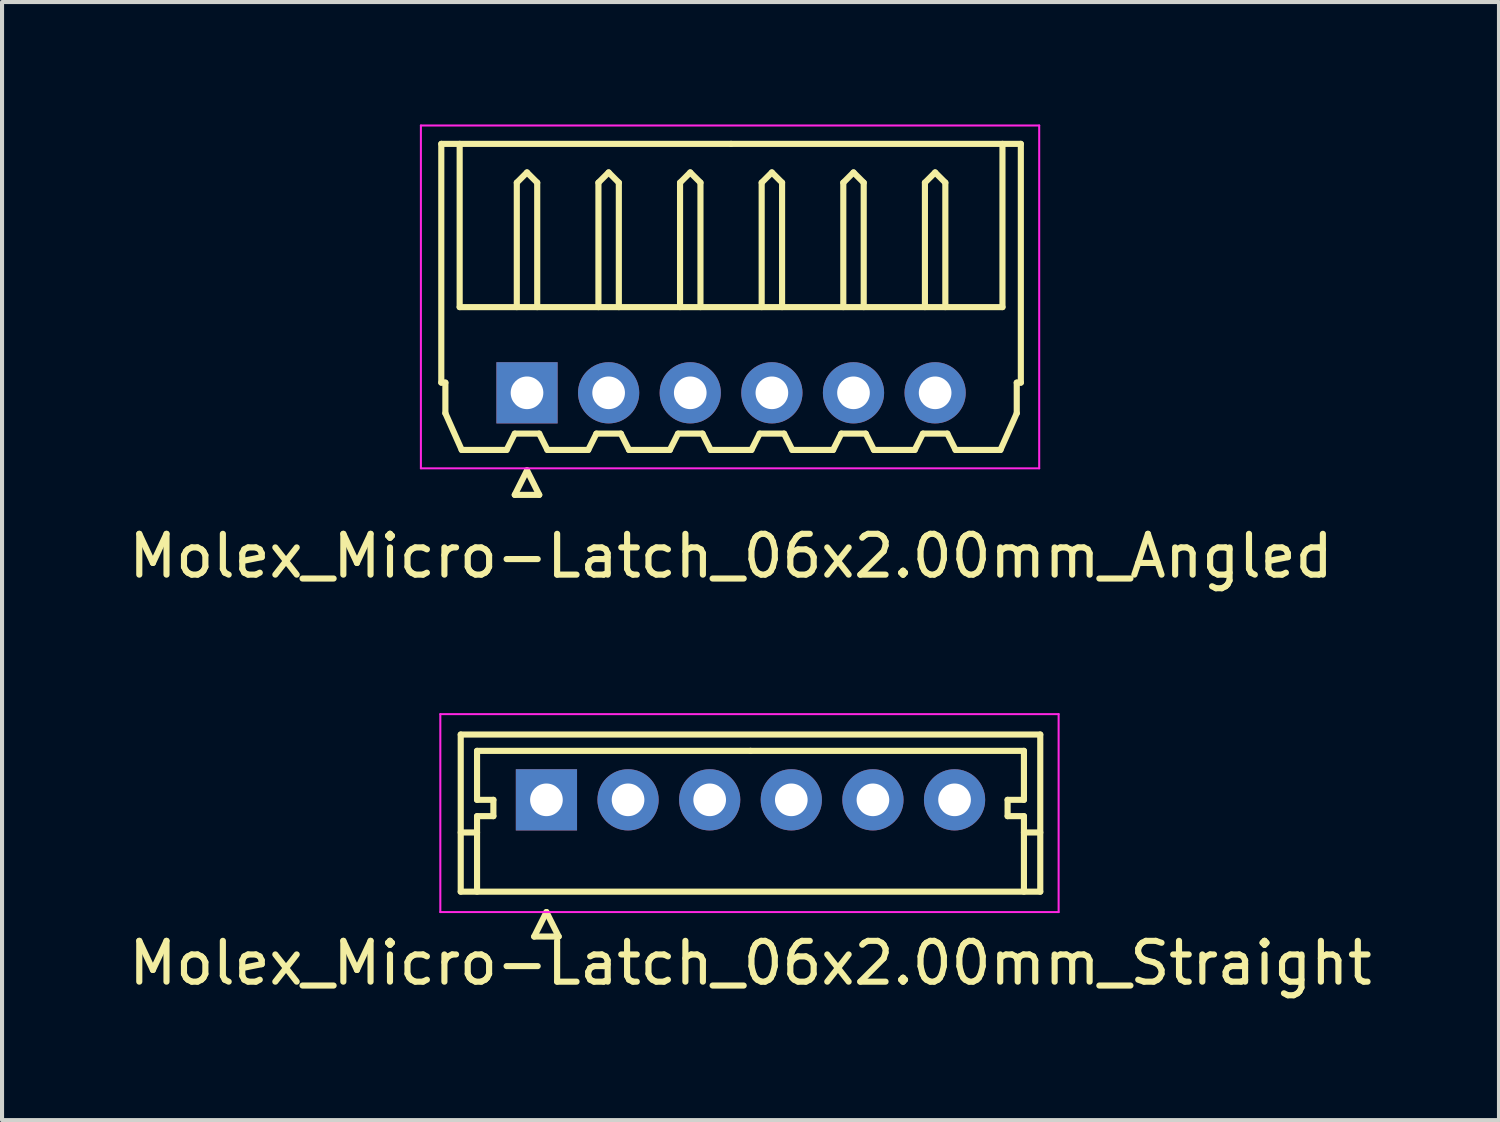
<source format=kicad_pcb>
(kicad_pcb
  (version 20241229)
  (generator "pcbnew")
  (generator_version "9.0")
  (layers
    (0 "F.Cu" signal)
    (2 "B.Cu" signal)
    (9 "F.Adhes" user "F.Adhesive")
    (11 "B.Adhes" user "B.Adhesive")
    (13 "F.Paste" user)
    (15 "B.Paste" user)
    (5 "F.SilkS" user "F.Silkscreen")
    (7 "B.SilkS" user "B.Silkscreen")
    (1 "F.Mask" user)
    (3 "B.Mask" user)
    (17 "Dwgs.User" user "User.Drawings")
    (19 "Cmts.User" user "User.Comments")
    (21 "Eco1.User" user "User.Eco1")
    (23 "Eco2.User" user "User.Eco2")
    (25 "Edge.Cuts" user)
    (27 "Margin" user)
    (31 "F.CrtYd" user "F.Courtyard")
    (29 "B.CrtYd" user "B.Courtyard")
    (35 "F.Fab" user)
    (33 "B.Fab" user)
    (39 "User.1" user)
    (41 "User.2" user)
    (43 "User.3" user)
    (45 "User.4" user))
  (footprint "Molex_Micro-Latch_06x2.00mm_Angled"
    (layer "F.Cu")
    (at 9.863 6.575)
    (property "Reference" "Molex_Micro-Latch_06x2.00mm_Angled" (at 5 4 0) (layer "F.SilkS") (effects (font (size 1 1) (thickness 0.15))))
    (attr through_hole)
    (fp_line (start -2.1 -6.1) (end 5 -6.1) (stroke (width 0.15) (type solid)) (layer "F.SilkS"))
    (fp_line (start -2.1 -0.25) (end -2.1 -6.1) (stroke (width 0.15) (type solid)) (layer "F.SilkS"))
    (fp_line (start -2 -0.25) (end -2.1 -0.25) (stroke (width 0.15) (type solid)) (layer "F.SilkS"))
    (fp_line (start -2 0.5) (end -2 -0.25) (stroke (width 0.15) (type solid)) (layer "F.SilkS"))
    (fp_line (start -1.65 -6.1) (end -1.65 -2.1) (stroke (width 0.15) (type solid)) (layer "F.SilkS"))
    (fp_line (start -1.65 -2.1) (end 11.65 -2.1) (stroke (width 0.15) (type solid)) (layer "F.SilkS"))
    (fp_line (start -1.6 1.4) (end -2 0.5) (stroke (width 0.15) (type solid)) (layer "F.SilkS"))
    (fp_line (start -0.5 1.4) (end -1.6 1.4) (stroke (width 0.15) (type solid)) (layer "F.SilkS"))
    (fp_line (start -0.3 1) (end -0.5 1.4) (stroke (width 0.15) (type solid)) (layer "F.SilkS"))
    (fp_line (start -0.3 1) (end 0.3 1) (stroke (width 0.15) (type solid)) (layer "F.SilkS"))
    (fp_line (start -0.3 2.5) (end 0.3 2.5) (stroke (width 0.15) (type solid)) (layer "F.SilkS"))
    (fp_line (start -0.25 -5.15) (end 0 -5.4) (stroke (width 0.15) (type solid)) (layer "F.SilkS"))
    (fp_line (start -0.25 -2.1) (end -0.25 -5.15) (stroke (width 0.15) (type solid)) (layer "F.SilkS"))
    (fp_line (start 0 -5.4) (end 0.25 -5.15) (stroke (width 0.15) (type solid)) (layer "F.SilkS"))
    (fp_line (start 0 1.9) (end -0.3 2.5) (stroke (width 0.15) (type solid)) (layer "F.SilkS"))
    (fp_line (start 0.25 -5.15) (end 0.25 -2.1) (stroke (width 0.15) (type solid)) (layer "F.SilkS"))
    (fp_line (start 0.3 1) (end 0.5 1.4) (stroke (width 0.15) (type solid)) (layer "F.SilkS"))
    (fp_line (start 0.3 2.5) (end 0 1.9) (stroke (width 0.15) (type solid)) (layer "F.SilkS"))
    (fp_line (start 0.5 1.4) (end 1.5 1.4) (stroke (width 0.15) (type solid)) (layer "F.SilkS"))
    (fp_line (start 1.5 1.4) (end 1.7 1) (stroke (width 0.15) (type solid)) (layer "F.SilkS"))
    (fp_line (start 1.7 1) (end 2.3 1) (stroke (width 0.15) (type solid)) (layer "F.SilkS"))
    (fp_line (start 1.75 -5.15) (end 2 -5.4) (stroke (width 0.15) (type solid)) (layer "F.SilkS"))
    (fp_line (start 1.75 -2.1) (end 1.75 -5.15) (stroke (width 0.15) (type solid)) (layer "F.SilkS"))
    (fp_line (start 2 -5.4) (end 2.25 -5.15) (stroke (width 0.15) (type solid)) (layer "F.SilkS"))
    (fp_line (start 2.25 -5.15) (end 2.25 -2.1) (stroke (width 0.15) (type solid)) (layer "F.SilkS"))
    (fp_line (start 2.3 1) (end 2.5 1.4) (stroke (width 0.15) (type solid)) (layer "F.SilkS"))
    (fp_line (start 2.5 1.4) (end 3.5 1.4) (stroke (width 0.15) (type solid)) (layer "F.SilkS"))
    (fp_line (start 3.5 1.4) (end 3.7 1) (stroke (width 0.15) (type solid)) (layer "F.SilkS"))
    (fp_line (start 3.7 1) (end 4.3 1) (stroke (width 0.15) (type solid)) (layer "F.SilkS"))
    (fp_line (start 3.75 -5.15) (end 4 -5.4) (stroke (width 0.15) (type solid)) (layer "F.SilkS"))
    (fp_line (start 3.75 -2.1) (end 3.75 -5.15) (stroke (width 0.15) (type solid)) (layer "F.SilkS"))
    (fp_line (start 4 -5.4) (end 4.25 -5.15) (stroke (width 0.15) (type solid)) (layer "F.SilkS"))
    (fp_line (start 4.25 -5.15) (end 4.25 -2.1) (stroke (width 0.15) (type solid)) (layer "F.SilkS"))
    (fp_line (start 4.3 1) (end 4.5 1.4) (stroke (width 0.15) (type solid)) (layer "F.SilkS"))
    (fp_line (start 4.5 1.4) (end 5.5 1.4) (stroke (width 0.15) (type solid)) (layer "F.SilkS"))
    (fp_line (start 5.5 1.4) (end 5.7 1) (stroke (width 0.15) (type solid)) (layer "F.SilkS"))
    (fp_line (start 5.7 1) (end 6.3 1) (stroke (width 0.15) (type solid)) (layer "F.SilkS"))
    (fp_line (start 5.75 -5.15) (end 6 -5.4) (stroke (width 0.15) (type solid)) (layer "F.SilkS"))
    (fp_line (start 5.75 -2.1) (end 5.75 -5.15) (stroke (width 0.15) (type solid)) (layer "F.SilkS"))
    (fp_line (start 6 -5.4) (end 6.25 -5.15) (stroke (width 0.15) (type solid)) (layer "F.SilkS"))
    (fp_line (start 6.25 -5.15) (end 6.25 -2.1) (stroke (width 0.15) (type solid)) (layer "F.SilkS"))
    (fp_line (start 6.3 1) (end 6.5 1.4) (stroke (width 0.15) (type solid)) (layer "F.SilkS"))
    (fp_line (start 6.5 1.4) (end 7.5 1.4) (stroke (width 0.15) (type solid)) (layer "F.SilkS"))
    (fp_line (start 7.5 1.4) (end 7.7 1) (stroke (width 0.15) (type solid)) (layer "F.SilkS"))
    (fp_line (start 7.7 1) (end 8.3 1) (stroke (width 0.15) (type solid)) (layer "F.SilkS"))
    (fp_line (start 7.75 -5.15) (end 8 -5.4) (stroke (width 0.15) (type solid)) (layer "F.SilkS"))
    (fp_line (start 7.75 -2.1) (end 7.75 -5.15) (stroke (width 0.15) (type solid)) (layer "F.SilkS"))
    (fp_line (start 8 -5.4) (end 8.25 -5.15) (stroke (width 0.15) (type solid)) (layer "F.SilkS"))
    (fp_line (start 8.25 -5.15) (end 8.25 -2.1) (stroke (width 0.15) (type solid)) (layer "F.SilkS"))
    (fp_line (start 8.3 1) (end 8.5 1.4) (stroke (width 0.15) (type solid)) (layer "F.SilkS"))
    (fp_line (start 8.5 1.4) (end 9.5 1.4) (stroke (width 0.15) (type solid)) (layer "F.SilkS"))
    (fp_line (start 9.5 1.4) (end 9.7 1) (stroke (width 0.15) (type solid)) (layer "F.SilkS"))
    (fp_line (start 9.7 1) (end 10.3 1) (stroke (width 0.15) (type solid)) (layer "F.SilkS"))
    (fp_line (start 9.75 -5.15) (end 10 -5.4) (stroke (width 0.15) (type solid)) (layer "F.SilkS"))
    (fp_line (start 9.75 -2.1) (end 9.75 -5.15) (stroke (width 0.15) (type solid)) (layer "F.SilkS"))
    (fp_line (start 10 -5.4) (end 10.25 -5.15) (stroke (width 0.15) (type solid)) (layer "F.SilkS"))
    (fp_line (start 10.25 -5.15) (end 10.25 -2.1) (stroke (width 0.15) (type solid)) (layer "F.SilkS"))
    (fp_line (start 10.3 1) (end 10.5 1.4) (stroke (width 0.15) (type solid)) (layer "F.SilkS"))
    (fp_line (start 10.5 1.4) (end 11.6 1.4) (stroke (width 0.15) (type solid)) (layer "F.SilkS"))
    (fp_line (start 11.6 1.4) (end 12 0.5) (stroke (width 0.15) (type solid)) (layer "F.SilkS"))
    (fp_line (start 11.65 -2.1) (end 11.65 -6.1) (stroke (width 0.15) (type solid)) (layer "F.SilkS"))
    (fp_line (start 12 -0.25) (end 12.1 -0.25) (stroke (width 0.15) (type solid)) (layer "F.SilkS"))
    (fp_line (start 12 0.5) (end 12 -0.25) (stroke (width 0.15) (type solid)) (layer "F.SilkS"))
    (fp_line (start 12.1 -6.1) (end 5 -6.1) (stroke (width 0.15) (type solid)) (layer "F.SilkS"))
    (fp_line (start 12.1 -0.25) (end 12.1 -6.1) (stroke (width 0.15) (type solid)) (layer "F.SilkS"))
    (fp_line (start -2.6 -6.55) (end -2.6 1.85) (stroke (width 0.05) (type solid)) (layer "F.CrtYd"))
    (fp_line (start -2.6 1.85) (end 12.55 1.85) (stroke (width 0.05) (type solid)) (layer "F.CrtYd"))
    (fp_line (start 12.55 -6.55) (end -2.6 -6.55) (stroke (width 0.05) (type solid)) (layer "F.CrtYd"))
    (fp_line (start 12.55 1.85) (end 12.55 -6.55) (stroke (width 0.05) (type solid)) (layer "F.CrtYd"))
    (pad "1" thru_hole rect (at 0 0) (size 1.5 1.5) (drill 0.8) (layers "*.Cu" "*.Mask"))
    (pad "2" thru_hole circle (at 2 0) (size 1.5 1.5) (drill 0.8) (layers "*.Cu" "*.Mask"))
    (pad "3" thru_hole circle (at 4 0) (size 1.5 1.5) (drill 0.8) (layers "*.Cu" "*.Mask"))
    (pad "4" thru_hole circle (at 6 0) (size 1.5 1.5) (drill 0.8) (layers "*.Cu" "*.Mask"))
    (pad "5" thru_hole circle (at 8 0) (size 1.5 1.5) (drill 0.8) (layers "*.Cu" "*.Mask"))
    (pad "6" thru_hole circle (at 10 0) (size 1.5 1.5) (drill 0.8) (layers "*.Cu" "*.Mask")))
  (footprint "Molex_Micro-Latch_06x2.00mm_Straight"
    (layer "F.Cu")
    (at 10.339 16.548)
    (property "Reference" "Molex_Micro-Latch_06x2.00mm_Straight" (at 5 4 0) (layer "F.SilkS") (effects (font (size 1 1) (thickness 0.15))))
    (attr through_hole)
    (fp_line (start -2.1 -1.6) (end -2.1 2.25) (stroke (width 0.15) (type solid)) (layer "F.SilkS"))
    (fp_line (start -2.1 0.8) (end -1.7 0.8) (stroke (width 0.15) (type solid)) (layer "F.SilkS"))
    (fp_line (start -2.1 2.25) (end 12.1 2.25) (stroke (width 0.15) (type solid)) (layer "F.SilkS"))
    (fp_line (start -1.7 -1.2) (end -1.7 0) (stroke (width 0.15) (type solid)) (layer "F.SilkS"))
    (fp_line (start -1.7 0) (end -1.3 0) (stroke (width 0.15) (type solid)) (layer "F.SilkS"))
    (fp_line (start -1.7 0.4) (end -1.7 2.25) (stroke (width 0.15) (type solid)) (layer "F.SilkS"))
    (fp_line (start -1.3 0) (end -1.3 0.4) (stroke (width 0.15) (type solid)) (layer "F.SilkS"))
    (fp_line (start -1.3 0.4) (end -1.7 0.4) (stroke (width 0.15) (type solid)) (layer "F.SilkS"))
    (fp_line (start -0.3 3.35) (end 0.3 3.35) (stroke (width 0.15) (type solid)) (layer "F.SilkS"))
    (fp_line (start 0 2.75) (end -0.3 3.35) (stroke (width 0.15) (type solid)) (layer "F.SilkS"))
    (fp_line (start 0.3 3.35) (end 0 2.75) (stroke (width 0.15) (type solid)) (layer "F.SilkS"))
    (fp_line (start 5 -1.2) (end -1.7 -1.2) (stroke (width 0.15) (type solid)) (layer "F.SilkS"))
    (fp_line (start 5 -1.2) (end 11.7 -1.2) (stroke (width 0.15) (type solid)) (layer "F.SilkS"))
    (fp_line (start 11.3 0) (end 11.3 0.4) (stroke (width 0.15) (type solid)) (layer "F.SilkS"))
    (fp_line (start 11.3 0.4) (end 11.7 0.4) (stroke (width 0.15) (type solid)) (layer "F.SilkS"))
    (fp_line (start 11.7 -1.2) (end 11.7 0) (stroke (width 0.15) (type solid)) (layer "F.SilkS"))
    (fp_line (start 11.7 0) (end 11.3 0) (stroke (width 0.15) (type solid)) (layer "F.SilkS"))
    (fp_line (start 11.7 0.4) (end 11.7 2.25) (stroke (width 0.15) (type solid)) (layer "F.SilkS"))
    (fp_line (start 12.1 -1.6) (end -2.1 -1.6) (stroke (width 0.15) (type solid)) (layer "F.SilkS"))
    (fp_line (start 12.1 0.8) (end 11.7 0.8) (stroke (width 0.15) (type solid)) (layer "F.SilkS"))
    (fp_line (start 12.1 2.25) (end 12.1 -1.6) (stroke (width 0.15) (type solid)) (layer "F.SilkS"))
    (fp_line (start -2.6 -2.1) (end -2.6 2.75) (stroke (width 0.05) (type solid)) (layer "F.CrtYd"))
    (fp_line (start -2.6 2.75) (end 12.55 2.75) (stroke (width 0.05) (type solid)) (layer "F.CrtYd"))
    (fp_line (start 12.55 -2.1) (end -2.6 -2.1) (stroke (width 0.05) (type solid)) (layer "F.CrtYd"))
    (fp_line (start 12.55 2.75) (end 12.55 -2.1) (stroke (width 0.05) (type solid)) (layer "F.CrtYd"))
    (pad "1" thru_hole rect (at 0 0) (size 1.5 1.5) (drill 0.8) (layers "*.Cu" "*.Mask"))
    (pad "2" thru_hole circle (at 2 0) (size 1.5 1.5) (drill 0.8) (layers "*.Cu" "*.Mask"))
    (pad "3" thru_hole circle (at 4 0) (size 1.5 1.5) (drill 0.8) (layers "*.Cu" "*.Mask"))
    (pad "4" thru_hole circle (at 6 0) (size 1.5 1.5) (drill 0.8) (layers "*.Cu" "*.Mask"))
    (pad "5" thru_hole circle (at 8 0) (size 1.5 1.5) (drill 0.8) (layers "*.Cu" "*.Mask"))
    (pad "6" thru_hole circle (at 10 0) (size 1.5 1.5) (drill 0.8) (layers "*.Cu" "*.Mask")))
  (gr_rect
    (start -3 -3)
    (end 33.679 24.396)
    (stroke (width 0.1) (type default))
    (fill no)
    (layer "Edge.Cuts")))
</source>
